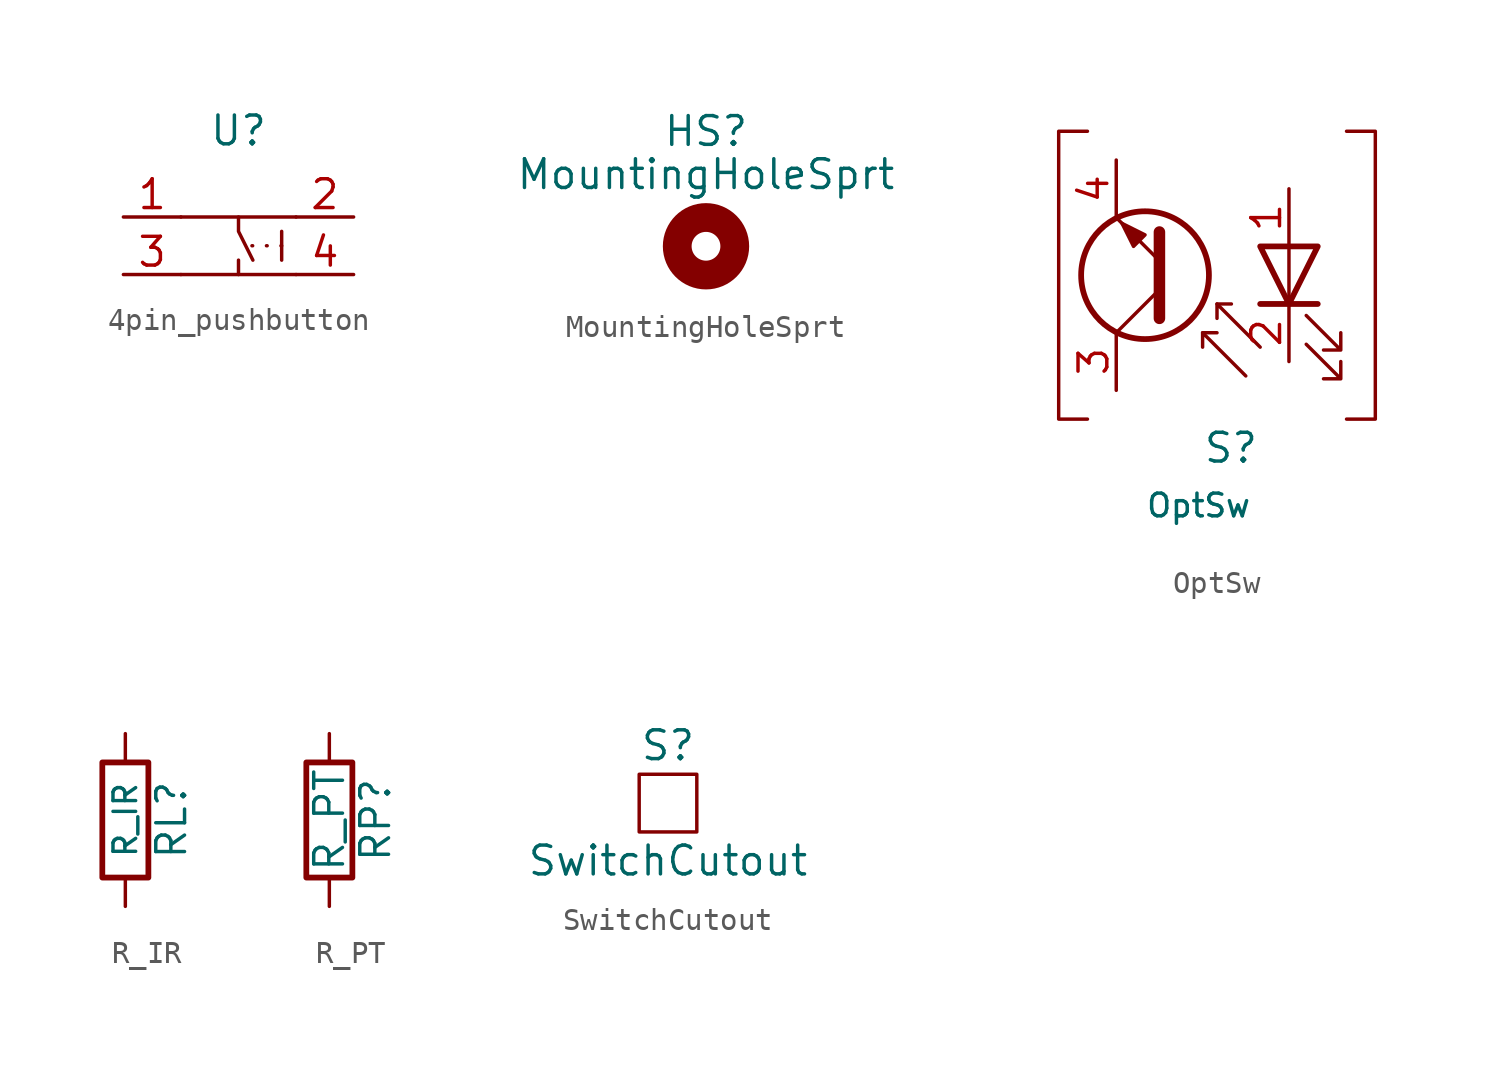
<source format=kicad_sym>
(kicad_symbol_lib
  (version 20231120)
  (generator "kicad_symbol_editor")
  (generator_version "8.0")
  (symbol "4pin_pushbutton"
    (property "Reference" "U"
      (at 0 0.635 0)
      (effects (font (size 1.27 1.27))))
    (property "Value" ""
      (at -1.27 -1.905 0)
      (effects (font (size 1.27 1.27))))
    (symbol "4pin_pushbutton_0_1"
      (polyline (pts (xy -2.54 -5.715) (xy 2.54 -5.715)) (stroke (width 0) (type default)) (fill (type none)))
      (polyline (pts (xy -2.54 -3.175) (xy 2.54 -3.175)) (stroke (width 0) (type default)) (fill (type none)))
      (polyline (pts (xy 0 -5.08) (xy 0 -5.715)) (stroke (width 0) (type default)) (fill (type none)))
      (polyline (pts (xy 1.905 -3.81) (xy 1.905 -5.08)) (stroke (width 0) (type default)) (fill (type none)))
      (polyline (pts (xy 0 -3.175) (xy 0 -3.81) (xy 0.635 -5.08)) (stroke (width 0) (type default)) (fill (type none))))
    (symbol "4pin_pushbutton_1_1"
      (polyline (pts (xy 1.905 -4.445) (xy 0 -4.445)) (stroke (width 0) (type dot)) (fill (type none)))
      (pin passive line (at -5.08 -3.175 0) (length 2.54) (name "" (effects (font (size 1.27 1.27)))) (number "1" (effects (font (size 1.27 1.27)))))
      (pin passive line (at 5.08 -3.175 180) (length 2.54) (name "" (effects (font (size 1.27 1.27)))) (number "2" (effects (font (size 1.27 1.27)))))
      (pin passive line (at -5.08 -5.715 0) (length 2.54) (name "" (effects (font (size 1.27 1.27)))) (number "3" (effects (font (size 1.27 1.27)))))
      (pin passive line (at 5.08 -5.715 180) (length 2.54) (name "" (effects (font (size 1.27 1.27)))) (number "4" (effects (font (size 1.27 1.27)))))))
  (symbol "MountingHoleSprt"
    (pin_names
      (offset 1.016))
    (property "Reference" "HS"
      (at 0 5.08 0)
      (effects (font (size 1.27 1.27))))
    (property "Value" "MountingHoleSprt"
      (at 0 3.175 0)
      (effects (font (size 1.27 1.27))))
    (symbol "MountingHoleSprt_0_1"
      (circle (center 0 0) (radius 1.27) (stroke (width 1.27) (type default)) (fill (type none)))))
  (symbol "OptSw"
    (pin_names
      (offset 0) hide)
    (property "Reference" "S"
      (at 3.81 -7.62 0)
      (effects (font (size 1.27 1.27)) (justify left)))
    (property "Value" "OptSw"
      (at 1.27 -10.16 0)
      (effects (font (size 1 1)) (justify left)))
    (symbol "OptSw_0_1"
      (polyline (pts (xy 1.905 -0.635) (xy 0 -2.54)) (stroke (width 0) (type default)) (fill (type none)))
      (polyline (pts (xy 3.81 -2.54) (xy 4.445 -2.54)) (stroke (width 0) (type default)) (fill (type none)))
      (polyline (pts (xy 4.445 -1.27) (xy 5.08 -1.27)) (stroke (width 0) (type default)) (fill (type none)))
      (polyline (pts (xy 7.62 -1.27) (xy 7.62 1.27)) (stroke (width 0) (type default)) (fill (type none)))
      (polyline (pts (xy 8.89 -1.27) (xy 6.35 -1.27)) (stroke (width 0.254) (type default)) (fill (type none)))
      (polyline (pts (xy 1.905 -1.905) (xy 1.905 1.905) (xy 1.905 1.905)) (stroke (width 0.508) (type default)) (fill (type none)))
      (polyline (pts (xy 1.905 0.635) (xy 0 2.54) (xy 0 2.54)) (stroke (width 0) (type default)) (fill (type none)))
      (polyline (pts (xy 5.715 -4.445) (xy 3.81 -2.54) (xy 3.81 -3.175)) (stroke (width 0) (type default)) (fill (type none)))
      (polyline (pts (xy 6.35 -3.175) (xy 4.445 -1.27) (xy 4.445 -1.905)) (stroke (width 0) (type default)) (fill (type none)))
      (polyline (pts (xy -1.27 6.35) (xy -2.54 6.35) (xy -2.54 -6.35) (xy -1.27 -6.35)) (stroke (width 0.152) (type default)) (fill (type none)))
      (polyline (pts (xy 8.89 1.27) (xy 6.35 1.27) (xy 7.62 -1.27) (xy 8.89 1.27)) (stroke (width 0.254) (type default)) (fill (type none)))
      (polyline (pts (xy 10.16 6.35) (xy 11.43 6.35) (xy 11.43 -6.35) (xy 10.16 -6.35)) (stroke (width 0.152) (type default)) (fill (type none)))
      (polyline (pts (xy 1.27 1.778) (xy 0.762 1.27) (xy 0.254 2.286) (xy 1.27 1.778) (xy 1.27 1.778)) (stroke (width 0) (type default)) (fill (type outline)))
      (polyline (pts (xy 8.382 -3.048) (xy 9.906 -4.572) (xy 9.906 -3.81) (xy 9.906 -4.572) (xy 9.144 -4.572)) (stroke (width 0) (type default)) (fill (type none)))
      (polyline (pts (xy 8.382 -1.778) (xy 9.906 -3.302) (xy 9.906 -2.54) (xy 9.906 -3.302) (xy 9.144 -3.302)) (stroke (width 0) (type default)) (fill (type none)))
      (circle (center 1.27 0) (radius 2.819) (stroke (width 0.254) (type default)) (fill (type none))))
    (symbol "OptSw_1_1"
      (pin passive line (at 7.62 3.81 270) (length 2.54) (name "IR_A" (effects (font (size 1 1)))) (number "1" (effects (font (size 1.27 1.27)))))
      (pin passive line (at 7.62 -3.81 90) (length 2.54) (name "IR_K" (effects (font (size 1 1)))) (number "2" (effects (font (size 1.27 1.27)))))
      (pin passive line (at 0 -5.08 90) (length 2.54) (name "C" (effects (font (size 1.27 1.27)))) (number "3" (effects (font (size 1.27 1.27)))))
      (pin passive line (at 0 5.08 270) (length 2.54) (name "E" (effects (font (size 1 1)))) (number "4" (effects (font (size 1.27 1.27)))))))
  (symbol "R_IR"
    (pin_numbers hide)
    (pin_names
      (offset 0))
    (property "Reference" "RL"
      (at 2.032 0 90)
      (effects (font (size 1.27 1.27))))
    (property "Value" "R_IR"
      (at 0 0 90)
      (effects (font (size 1 1))))
    (symbol "R_IR_0_1"
      (rectangle (start -1.016 -2.54) (end 1.016 2.54) (stroke (width 0.254) (type default)) (fill (type none))))
    (symbol "R_IR_1_1"
      (pin passive line (at 0 3.81 270) (length 1.27) (name "~" (effects (font (size 1.27 1.27)))) (number "1" (effects (font (size 1.27 1.27)))))
      (pin passive line (at 0 -3.81 90) (length 1.27) (name "~" (effects (font (size 1.27 1.27)))) (number "2" (effects (font (size 1.27 1.27)))))))
  (symbol "R_PT"
    (pin_numbers hide)
    (pin_names
      (offset 0))
    (property "Reference" "RP"
      (at 2.032 0 90)
      (effects (font (size 1.27 1.27))))
    (property "Value" "R_PT"
      (at 0 0 90)
      (effects (font (size 1.27 1.27))))
    (symbol "R_PT_0_1"
      (rectangle (start -1.016 -2.54) (end 1.016 2.54) (stroke (width 0.254) (type default)) (fill (type none))))
    (symbol "R_PT_1_1"
      (pin passive line (at 0 3.81 270) (length 1.27) (name "~" (effects (font (size 1.27 1.27)))) (number "1" (effects (font (size 1.27 1.27)))))
      (pin passive line (at 0 -3.81 90) (length 1.27) (name "~" (effects (font (size 1.27 1.27)))) (number "2" (effects (font (size 1.27 1.27)))))))
  (symbol "SwitchCutout"
    (property "Reference" "S"
      (at 0 2.54 0)
      (effects (font (size 1.27 1.27))))
    (property "Value" "SwitchCutout"
      (at 0 -2.54 0)
      (effects (font (size 1.27 1.27))))
    (symbol "SwitchCutout_0_1"
      (rectangle (start -1.27 1.27) (end 1.27 -1.27) (stroke (width 0.152) (type default)) (fill (type none))))))
</source>
